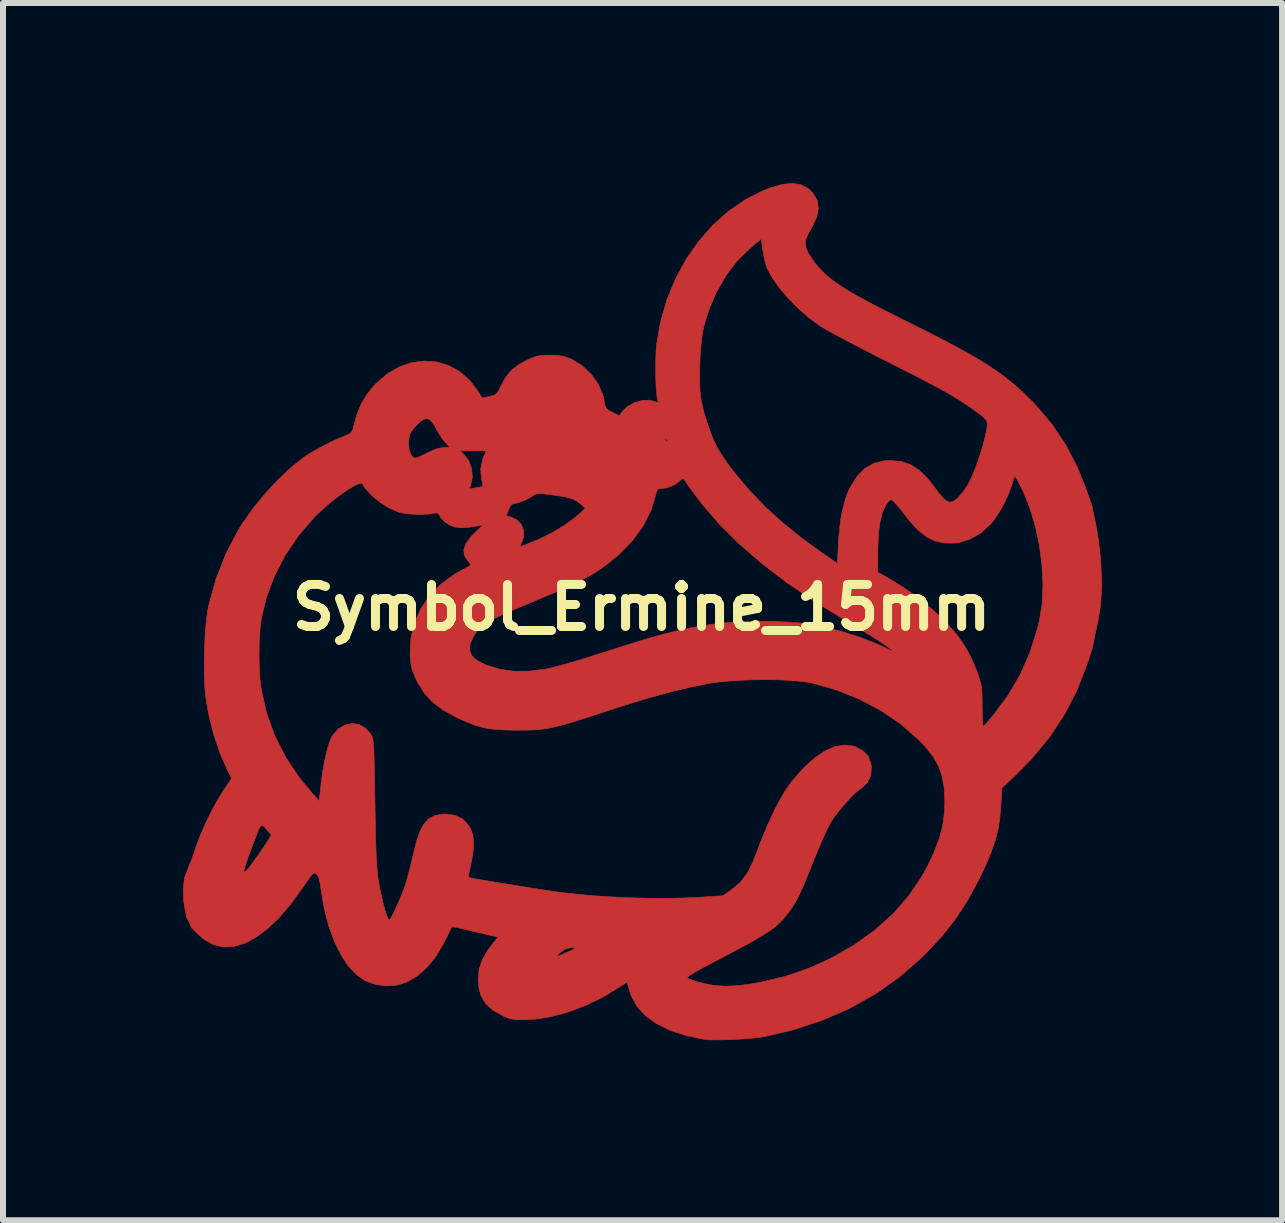
<source format=kicad_pcb>
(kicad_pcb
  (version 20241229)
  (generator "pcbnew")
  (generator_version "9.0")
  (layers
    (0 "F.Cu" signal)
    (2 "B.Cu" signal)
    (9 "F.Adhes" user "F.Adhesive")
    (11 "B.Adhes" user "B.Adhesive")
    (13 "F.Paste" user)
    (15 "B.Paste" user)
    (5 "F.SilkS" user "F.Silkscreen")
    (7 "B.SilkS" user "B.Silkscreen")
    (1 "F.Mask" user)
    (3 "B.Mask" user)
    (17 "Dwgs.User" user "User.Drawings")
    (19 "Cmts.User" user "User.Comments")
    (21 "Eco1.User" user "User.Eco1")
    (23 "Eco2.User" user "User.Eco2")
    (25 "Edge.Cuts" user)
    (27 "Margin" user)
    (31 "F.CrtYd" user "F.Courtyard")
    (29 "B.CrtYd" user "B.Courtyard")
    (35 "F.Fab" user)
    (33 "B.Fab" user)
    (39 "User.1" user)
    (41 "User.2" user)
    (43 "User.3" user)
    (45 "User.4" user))
  (footprint "Symbol_Ermine_15mm"
    (layer "F.Cu")
    (at 7.64 7.073)
    (property "Reference" "Symbol_Ermine_15mm" (at 0 0 0) (layer "F.SilkS") (effects (font (size 0.7 0.7) (thickness 0.15))))
    (attr board_only exclude_from_pos_files exclude_from_bom)
    (fp_poly (pts (xy 2.652 -7.047) (xy 2.771 -6.987) (xy 2.854 -6.908) (xy 2.925 -6.788) (xy 2.947 -6.655) (xy 2.92 -6.507) (xy 2.844 -6.346) (xy 2.836 -6.334) (xy 2.786 -6.245) (xy 2.747 -6.161) (xy 2.729 -6.106) (xy 2.733 -6.012) (xy 2.781 -5.898) (xy 2.874 -5.762) (xy 2.913 -5.713) (xy 2.982 -5.634) (xy 3.055 -5.561) (xy 3.135 -5.49) (xy 3.227 -5.419) (xy 3.336 -5.345) (xy 3.465 -5.265) (xy 3.62 -5.177) (xy 3.805 -5.077) (xy 4.023 -4.964) (xy 4.28 -4.834) (xy 4.496 -4.727) (xy 4.82 -4.565) (xy 5.102 -4.419) (xy 5.348 -4.287) (xy 5.563 -4.166) (xy 5.752 -4.051) (xy 5.919 -3.939) (xy 6.071 -3.828) (xy 6.211 -3.714) (xy 6.346 -3.593) (xy 6.48 -3.462) (xy 6.571 -3.369) (xy 6.841 -3.051) (xy 7.074 -2.702) (xy 7.271 -2.319) (xy 7.413 -1.958) (xy 7.506 -1.689) (xy 7.572 -1.372) (xy 7.615 -1.118) (xy 7.653 -0.765) (xy 7.668 -0.376) (xy 7.65 -0.051) (xy 7.61 0.203) (xy 7.577 0.353) (xy 7.506 0.699) (xy 7.421 0.953) (xy 7.254 1.382) (xy 7.047 1.783) (xy 6.798 2.16) (xy 6.505 2.515) (xy 6.254 2.771) (xy 6.002 3.011) (xy 5.988 3.302) (xy 5.971 3.506) (xy 5.94 3.697) (xy 5.891 3.888) (xy 5.821 4.088) (xy 5.728 4.31) (xy 5.623 4.529) (xy 5.439 4.87) (xy 5.239 5.179) (xy 5.013 5.467) (xy 4.751 5.75) (xy 4.642 5.856) (xy 4.277 6.172) (xy 3.884 6.447) (xy 3.463 6.682) (xy 3.01 6.879) (xy 2.526 7.037) (xy 2.045 7.151) (xy 1.946 7.166) (xy 1.814 7.179) (xy 1.662 7.191) (xy 1.503 7.199) (xy 1.348 7.204) (xy 1.211 7.206) (xy 1.103 7.202) (xy 1.054 7.197) (xy 0.743 7.133) (xy 0.473 7.044) (xy 0.246 6.932) (xy 0.061 6.798) (xy -0.079 6.642) (xy -0.174 6.465) (xy -0.205 6.369) (xy -0.224 6.299) (xy -0.24 6.256) (xy -0.246 6.248) (xy -0.272 6.262) (xy -0.325 6.295) (xy -0.364 6.321) (xy -0.633 6.486) (xy -0.919 6.626) (xy -1.212 6.737) (xy -1.5 6.816) (xy -1.774 6.86) (xy -1.918 6.867) (xy -2.042 6.867) (xy -2.133 6.861) (xy -2.204 6.847) (xy -2.272 6.822) (xy -2.311 6.804) (xy -2.478 6.709) (xy -2.599 6.598) (xy -2.677 6.465) (xy -2.716 6.306) (xy -2.722 6.194) (xy -2.706 6.028) (xy -2.653 5.87) (xy -2.618 5.81) (xy -1.408 5.81) (xy -1.382 5.807) (xy -1.314 5.779) (xy -1.232 5.741) (xy -1.152 5.703) (xy -1.114 5.681) (xy -1.114 5.671) (xy -1.146 5.668) (xy -1.168 5.667) (xy -1.258 5.685) (xy -1.345 5.741) (xy -1.396 5.788) (xy -1.408 5.81) (xy -2.618 5.81) (xy -2.559 5.709) (xy -2.494 5.622) (xy -2.39 5.491) (xy -2.687 5.423) (xy -2.813 5.394) (xy -2.929 5.367) (xy -3.022 5.345) (xy -3.073 5.332) (xy -3.139 5.321) (xy -3.169 5.333) (xy -3.173 5.341) (xy -3.188 5.376) (xy -3.222 5.444) (xy -3.267 5.535) (xy -3.297 5.594) (xy -3.428 5.815) (xy -3.578 5.999) (xy -3.742 6.143) (xy -3.916 6.244) (xy -4.095 6.298) (xy -4.096 6.298) (xy -4.264 6.305) (xy -4.441 6.278) (xy -4.6 6.222) (xy -4.607 6.218) (xy -4.751 6.118) (xy -4.886 5.972) (xy -5.009 5.786) (xy -5.118 5.564) (xy -5.211 5.311) (xy -5.284 5.031) (xy -5.336 4.731) (xy -5.338 4.715) (xy -5.356 4.593) (xy -5.376 4.512) (xy -5.399 4.462) (xy -5.418 4.442) (xy -5.44 4.427) (xy -5.461 4.427) (xy -5.488 4.446) (xy -5.525 4.492) (xy -5.58 4.569) (xy -5.64 4.658) (xy -5.839 4.934) (xy -6.038 5.167) (xy -6.235 5.355) (xy -6.429 5.499) (xy -6.618 5.598) (xy -6.801 5.651) (xy -6.976 5.657) (xy -7.141 5.615) (xy -7.296 5.526) (xy -7.367 5.465) (xy -7.493 5.343) (xy -7.584 5.151) (xy -7.628 4.907) (xy -7.635 4.674) (xy -7.615 4.503) (xy -6.624 4.379) (xy -6.623 4.411) (xy -6.6 4.401) (xy -6.554 4.351) (xy -6.485 4.261) (xy -6.421 4.173) (xy -6.351 4.074) (xy -6.287 3.979) (xy -6.238 3.904) (xy -6.224 3.882) (xy -6.17 3.789) (xy -6.251 3.696) (xy -6.284 3.658) (xy -6.309 3.635) (xy -6.33 3.629) (xy -6.352 3.648) (xy -6.377 3.695) (xy -6.411 3.776) (xy -6.456 3.895) (xy -6.501 4.015) (xy -6.562 4.181) (xy -6.604 4.302) (xy -6.624 4.378) (xy -7.615 4.503) (xy -7.562 4.366) (xy -7.531 4.28) (xy -7.503 4.216) (xy -7.468 4.117) (xy -7.444 4.051) (xy -7.428 4) (xy -7.352 3.796) (xy -7.254 3.572) (xy -7.142 3.348) (xy -7.025 3.143) (xy -6.971 3.058) (xy -6.831 2.847) (xy -6.904 2.7) (xy -7.027 2.418) (xy -7.132 2.105) (xy -7.214 1.78) (xy -7.266 1.466) (xy -7.28 1.304) (xy -7.287 1.11) (xy -7.287 0.897) (xy -7.285 0.773) (xy -6.374 0.773) (xy -6.37 0.992) (xy -6.358 1.195) (xy -6.338 1.359) (xy -6.248 1.759) (xy -6.111 2.139) (xy -5.928 2.499) (xy -5.698 2.841) (xy -5.504 3.075) (xy -5.372 3.222) (xy -5.341 2.945) (xy -5.315 2.747) (xy -5.281 2.56) (xy -5.244 2.393) (xy -5.204 2.255) (xy -5.163 2.156) (xy -5.147 2.129) (xy -5.05 2.021) (xy -4.937 1.956) (xy -4.818 1.933) (xy -4.701 1.952) (xy -4.593 2.015) (xy -4.505 2.12) (xy -4.493 2.142) (xy -4.483 2.171) (xy -4.475 2.212) (xy -4.468 2.268) (xy -4.463 2.346) (xy -4.458 2.449) (xy -4.454 2.583) (xy -4.45 2.753) (xy -4.447 2.964) (xy -4.443 3.22) (xy -4.442 3.251) (xy -4.437 3.547) (xy -4.432 3.798) (xy -4.426 4.006) (xy -4.419 4.178) (xy -4.41 4.318) (xy -4.401 4.43) (xy -4.39 4.519) (xy -4.386 4.547) (xy -4.357 4.705) (xy -4.324 4.855) (xy -4.291 4.988) (xy -4.26 5.095) (xy -4.232 5.171) (xy -4.209 5.206) (xy -4.205 5.207) (xy -4.184 5.185) (xy -4.15 5.125) (xy -4.107 5.038) (xy -4.059 4.934) (xy -4.011 4.821) (xy -3.968 4.711) (xy -3.938 4.627) (xy -3.903 4.51) (xy -3.864 4.364) (xy -3.825 4.209) (xy -3.797 4.089) (xy -3.746 3.882) (xy -3.688 3.721) (xy -3.622 3.602) (xy -3.544 3.519) (xy -3.448 3.468) (xy -3.332 3.445) (xy -3.262 3.442) (xy -3.106 3.463) (xy -2.98 3.525) (xy -2.882 3.629) (xy -2.848 3.689) (xy -2.813 3.787) (xy -2.798 3.898) (xy -2.803 4.033) (xy -2.828 4.201) (xy -2.843 4.274) (xy -2.889 4.496) (xy -2.835 4.509) (xy -2.784 4.519) (xy -2.691 4.535) (xy -2.565 4.556) (xy -2.414 4.581) (xy -2.247 4.608) (xy -2.071 4.637) (xy -1.895 4.665) (xy -1.729 4.691) (xy -1.579 4.714) (xy -1.455 4.732) (xy -1.365 4.745) (xy -1.346 4.748) (xy -1.003 4.786) (xy -0.632 4.815) (xy -0.248 4.835) (xy 0.134 4.846) (xy 0.5 4.846) (xy 0.836 4.836) (xy 0.938 4.83) (xy 1.355 4.803) (xy 1.493 4.708) (xy 1.645 4.58) (xy 1.764 4.426) (xy 1.858 4.235) (xy 1.868 4.209) (xy 1.99 3.892) (xy 2.103 3.621) (xy 2.209 3.391) (xy 2.31 3.196) (xy 2.408 3.032) (xy 2.506 2.895) (xy 2.509 2.892) (xy 2.692 2.683) (xy 2.873 2.517) (xy 3.049 2.395) (xy 3.219 2.32) (xy 3.38 2.291) (xy 3.532 2.31) (xy 3.564 2.321) (xy 3.693 2.389) (xy 3.778 2.479) (xy 3.822 2.597) (xy 3.83 2.652) (xy 3.821 2.794) (xy 3.767 2.912) (xy 3.668 3.007) (xy 3.645 3.022) (xy 3.577 3.076) (xy 3.489 3.162) (xy 3.391 3.268) (xy 3.294 3.384) (xy 3.205 3.5) (xy 3.167 3.556) (xy 3.13 3.621) (xy 3.079 3.724) (xy 3.019 3.857) (xy 2.953 4.01) (xy 2.885 4.173) (xy 2.859 4.238) (xy 2.778 4.44) (xy 2.711 4.602) (xy 2.655 4.731) (xy 2.604 4.835) (xy 2.557 4.922) (xy 2.509 4.999) (xy 2.456 5.073) (xy 2.413 5.128) (xy 2.364 5.188) (xy 2.313 5.242) (xy 2.257 5.295) (xy 2.191 5.348) (xy 2.11 5.405) (xy 2.009 5.468) (xy 1.885 5.541) (xy 1.732 5.626) (xy 1.547 5.725) (xy 1.325 5.843) (xy 1.109 5.956) (xy 0.959 6.036) (xy 0.853 6.097) (xy 0.789 6.139) (xy 0.763 6.166) (xy 0.766 6.176) (xy 0.827 6.204) (xy 0.922 6.234) (xy 1.036 6.264) (xy 1.153 6.288) (xy 1.232 6.3) (xy 1.395 6.31) (xy 1.576 6.303) (xy 1.785 6.279) (xy 1.994 6.243) (xy 2.41 6.143) (xy 2.811 6.003) (xy 3.137 5.854) (xy 3.53 5.632) (xy 3.881 5.383) (xy 4.19 5.106) (xy 4.455 4.802) (xy 4.678 4.47) (xy 4.756 4.328) (xy 4.876 4.077) (xy 4.962 3.849) (xy 5.019 3.632) (xy 5.048 3.415) (xy 5.054 3.248) (xy 5.044 3.016) (xy 5.011 2.817) (xy 4.949 2.641) (xy 4.853 2.475) (xy 4.718 2.308) (xy 4.612 2.197) (xy 4.317 1.94) (xy 3.986 1.715) (xy 3.624 1.524) (xy 3.237 1.37) (xy 2.83 1.256) (xy 2.819 1.254) (xy 2.676 1.231) (xy 2.494 1.215) (xy 2.284 1.205) (xy 2.056 1.202) (xy 1.822 1.205) (xy 1.593 1.215) (xy 1.38 1.231) (xy 1.193 1.253) (xy 1.121 1.265) (xy 0.805 1.329) (xy 0.469 1.41) (xy 0.107 1.51) (xy -0.288 1.63) (xy -0.612 1.735) (xy -0.854 1.815) (xy -1.054 1.879) (xy -1.222 1.931) (xy -1.363 1.97) (xy -1.485 1.999) (xy -1.595 2.02) (xy -1.701 2.033) (xy -1.81 2.04) (xy -1.929 2.044) (xy -2.066 2.044) (xy -2.07 2.044) (xy -2.279 2.041) (xy -2.451 2.03) (xy -2.599 2.009) (xy -2.739 1.973) (xy -2.882 1.921) (xy -3.043 1.85) (xy -3.092 1.826) (xy -3.308 1.707) (xy -3.481 1.576) (xy -3.619 1.426) (xy -3.73 1.248) (xy -3.752 1.204) (xy -3.8 1.096) (xy -3.83 1.007) (xy -3.846 0.916) (xy -3.855 0.8) (xy -3.856 0.776) (xy -3.853 0.708) (xy -2.867 0.708) (xy -2.829 0.801) (xy -2.743 0.882) (xy -2.607 0.952) (xy -2.578 0.963) (xy -2.357 1.029) (xy -2.129 1.062) (xy -1.884 1.061) (xy -1.61 1.028) (xy -1.598 1.026) (xy -1.51 1.007) (xy -1.383 0.974) (xy -1.225 0.931) (xy -1.047 0.879) (xy -0.857 0.82) (xy -0.664 0.759) (xy -0.66 0.758) (xy -0.342 0.656) (xy -0.065 0.569) (xy 0.179 0.497) (xy 0.396 0.437) (xy 0.594 0.388) (xy 0.78 0.347) (xy 0.96 0.314) (xy 1.142 0.285) (xy 1.294 0.265) (xy 1.487 0.247) (xy 1.71 0.235) (xy 1.949 0.23) (xy 2.19 0.232) (xy 2.418 0.241) (xy 2.619 0.256) (xy 2.718 0.267) (xy 3.022 0.322) (xy 3.332 0.399) (xy 3.634 0.494) (xy 3.91 0.601) (xy 4.066 0.674) (xy 4.134 0.707) (xy 4.179 0.726) (xy 4.191 0.727) (xy 4.17 0.706) (xy 4.113 0.664) (xy 4.027 0.604) (xy 3.919 0.533) (xy 3.795 0.454) (xy 3.664 0.372) (xy 3.532 0.291) (xy 3.407 0.218) (xy 3.404 0.216) (xy 2.896 -0.093) (xy 2.428 -0.411) (xy 2.195 -0.589) (xy 3.937 -0.589) (xy 4.083 -0.507) (xy 4.36 -0.338) (xy 4.623 -0.151) (xy 4.864 0.048) (xy 5.078 0.252) (xy 5.257 0.455) (xy 5.393 0.652) (xy 5.394 0.652) (xy 5.462 0.779) (xy 5.532 0.926) (xy 5.589 1.063) (xy 5.596 1.084) (xy 5.629 1.181) (xy 5.652 1.261) (xy 5.666 1.339) (xy 5.673 1.429) (xy 5.676 1.546) (xy 5.676 1.645) (xy 5.678 1.769) (xy 5.681 1.872) (xy 5.686 1.946) (xy 5.691 1.98) (xy 5.693 1.981) (xy 5.714 1.963) (xy 5.76 1.914) (xy 5.822 1.842) (xy 5.86 1.797) (xy 6.108 1.463) (xy 6.312 1.114) (xy 6.475 0.741) (xy 6.601 0.339) (xy 6.631 0.214) (xy 6.675 -0.066) (xy 6.689 -0.376) (xy 6.673 -0.702) (xy 6.63 -1.035) (xy 6.56 -1.363) (xy 6.465 -1.675) (xy 6.359 -1.934) (xy 6.309 -2.035) (xy 6.267 -2.117) (xy 6.237 -2.17) (xy 6.224 -2.184) (xy 6.209 -2.162) (xy 6.188 -2.105) (xy 6.176 -2.064) (xy 6.125 -1.915) (xy 6.05 -1.75) (xy 5.96 -1.589) (xy 5.866 -1.45) (xy 5.821 -1.395) (xy 5.658 -1.246) (xy 5.477 -1.141) (xy 5.285 -1.082) (xy 5.205 -1.073) (xy 5.038 -1.075) (xy 4.886 -1.11) (xy 4.743 -1.182) (xy 4.604 -1.294) (xy 4.462 -1.449) (xy 4.388 -1.544) (xy 4.313 -1.64) (xy 4.246 -1.72) (xy 4.194 -1.775) (xy 4.164 -1.798) (xy 4.126 -1.781) (xy 4.082 -1.726) (xy 4.07 -1.707) (xy 4.013 -1.579) (xy 3.973 -1.423) (xy 3.948 -1.232) (xy 3.938 -1.001) (xy 3.937 -0.936) (xy 3.937 -0.589) (xy 2.195 -0.589) (xy 2.002 -0.737) (xy 1.619 -1.069) (xy 1.282 -1.405) (xy 0.993 -1.744) (xy 0.933 -1.823) (xy 0.857 -1.925) (xy 0.791 -2.016) (xy 0.742 -2.085) (xy 0.717 -2.123) (xy 0.716 -2.125) (xy 0.695 -2.149) (xy 0.669 -2.14) (xy 0.636 -2.109) (xy 0.542 -2.041) (xy 0.426 -1.995) (xy 0.333 -1.981) (xy 0.279 -1.974) (xy 0.252 -1.94) (xy 0.242 -1.899) (xy 0.161 -1.627) (xy 0.032 -1.368) (xy -0.146 -1.121) (xy -0.372 -0.888) (xy -0.585 -0.713) (xy -0.686 -0.641) (xy -0.792 -0.572) (xy -0.909 -0.505) (xy -1.044 -0.435) (xy -1.204 -0.359) (xy -1.395 -0.273) (xy -1.625 -0.175) (xy -1.727 -0.132) (xy -1.961 -0.034) (xy -2.152 0.048) (xy -2.307 0.115) (xy -2.43 0.172) (xy -2.525 0.22) (xy -2.599 0.263) (xy -2.655 0.304) (xy -2.699 0.345) (xy -2.737 0.389) (xy -2.771 0.439) (xy -2.798 0.481) (xy -2.856 0.602) (xy -2.867 0.708) (xy -3.853 0.708) (xy -3.843 0.51) (xy -3.782 0.256) (xy -3.677 0.018) (xy -3.528 -0.199) (xy -3.34 -0.392) (xy -3.115 -0.556) (xy -2.985 -0.628) (xy -2.903 -0.669) (xy -2.86 -0.696) (xy -2.849 -0.717) (xy -2.864 -0.742) (xy -2.888 -0.768) (xy -2.949 -0.861) (xy -2.962 -0.958) (xy -2.929 -1.061) (xy -2.847 -1.175) (xy -2.778 -1.246) (xy -2.637 -1.379) (xy -2.722 -1.362) (xy -2.883 -1.335) (xy -3.009 -1.328) (xy -3.112 -1.342) (xy -3.2 -1.376) (xy -3.285 -1.433) (xy -3.345 -1.498) (xy -3.353 -1.512) (xy -3.363 -1.527) (xy -2.255 -1.527) (xy -2.188 -1.512) (xy -2.08 -1.464) (xy -2.004 -1.384) (xy -1.964 -1.282) (xy -1.967 -1.169) (xy -1.996 -1.089) (xy -2.021 -1.037) (xy -2.018 -1.02) (xy -1.986 -1.027) (xy -1.977 -1.03) (xy -1.928 -1.048) (xy -1.846 -1.081) (xy -1.746 -1.123) (xy -1.695 -1.145) (xy -1.494 -1.243) (xy -1.299 -1.36) (xy -1.125 -1.485) (xy -1.033 -1.564) (xy -0.935 -1.656) (xy -1.02 -1.729) (xy -1.08 -1.774) (xy -1.148 -1.809) (xy -1.233 -1.835) (xy -1.347 -1.857) (xy -1.5 -1.878) (xy -1.514 -1.88) (xy -1.624 -1.893) (xy -1.697 -1.897) (xy -1.748 -1.893) (xy -1.788 -1.877) (xy -1.833 -1.849) (xy -1.841 -1.843) (xy -1.93 -1.793) (xy -2.031 -1.753) (xy -2.12 -1.73) (xy -2.149 -1.727) (xy -2.174 -1.706) (xy -2.205 -1.652) (xy -2.216 -1.627) (xy -2.255 -1.527) (xy -3.363 -1.527) (xy -3.386 -1.564) (xy -3.423 -1.578) (xy -3.455 -1.572) (xy -3.549 -1.557) (xy -3.674 -1.552) (xy -3.81 -1.555) (xy -3.939 -1.567) (xy -4.04 -1.587) (xy -4.053 -1.591) (xy -4.205 -1.658) (xy -4.355 -1.752) (xy -4.491 -1.863) (xy -4.599 -1.98) (xy -4.641 -2.044) (xy -4.659 -2.068) (xy -4.685 -2.072) (xy -4.734 -2.053) (xy -4.778 -2.032) (xy -4.902 -1.959) (xy -5.046 -1.857) (xy -5.199 -1.737) (xy -5.347 -1.608) (xy -5.45 -1.507) (xy -5.713 -1.202) (xy -5.937 -0.873) (xy -6.117 -0.525) (xy -6.253 -0.162) (xy -6.336 0.188) (xy -6.357 0.355) (xy -6.37 0.555) (xy -6.374 0.773) (xy -7.285 0.773) (xy -7.282 0.675) (xy -7.272 0.458) (xy -7.256 0.258) (xy -7.235 0.086) (xy -7.216 -0.021) (xy -7.092 -0.471) (xy -6.927 -0.893) (xy -6.72 -1.287) (xy -6.644 -1.41) (xy -6.469 -1.657) (xy -6.267 -1.902) (xy -6.051 -2.134) (xy -5.83 -2.341) (xy -5.619 -2.509) (xy -5.523 -2.571) (xy -5.395 -2.644) (xy -5.251 -2.719) (xy -5.126 -2.78) (xy -3.882 -2.78) (xy -3.88 -2.679) (xy -3.861 -2.589) (xy -3.827 -2.522) (xy -3.78 -2.49) (xy -3.769 -2.489) (xy -3.731 -2.501) (xy -3.662 -2.53) (xy -3.577 -2.573) (xy -3.567 -2.578) (xy -3.495 -2.61) (xy -3.024 -2.61) (xy -2.958 -2.55) (xy -2.879 -2.445) (xy -2.832 -2.314) (xy -2.819 -2.174) (xy -2.845 -2.044) (xy -2.871 -1.977) (xy -2.762 -1.995) (xy -2.695 -2.007) (xy -2.653 -2.017) (xy -2.647 -2.019) (xy -2.648 -2.045) (xy -2.658 -2.105) (xy -2.667 -2.145) (xy -2.68 -2.309) (xy -2.649 -2.465) (xy -2.626 -2.52) (xy -2.601 -2.573) (xy -2.591 -2.603) (xy -2.614 -2.609) (xy -2.677 -2.613) (xy -2.767 -2.614) (xy -2.807 -2.614) (xy -3.024 -2.61) (xy -3.495 -2.61) (xy -3.426 -2.641) (xy -3.312 -2.666) (xy -3.295 -2.667) (xy -3.19 -2.667) (xy -3.269 -2.75) (xy -3.319 -2.812) (xy 0.385 -2.812) (xy 0.391 -2.798) (xy 0.417 -2.771) (xy 0.432 -2.776) (xy 0.432 -2.78) (xy 0.414 -2.801) (xy 0.402 -2.809) (xy 0.385 -2.812) (xy -3.319 -2.812) (xy -3.33 -2.826) (xy -3.388 -2.917) (xy -3.404 -2.946) (xy -3.464 -3.056) (xy -3.518 -3.121) (xy -3.569 -3.148) (xy -3.585 -3.15) (xy -3.64 -3.13) (xy -3.708 -3.079) (xy -3.777 -3.01) (xy -3.834 -2.936) (xy -3.862 -2.878) (xy -3.882 -2.78) (xy -5.126 -2.78) (xy -5.107 -2.789) (xy -4.978 -2.845) (xy -4.946 -2.857) (xy -4.866 -2.894) (xy -4.824 -2.935) (xy -4.81 -2.969) (xy -4.75 -3.194) (xy -4.676 -3.382) (xy -4.581 -3.544) (xy -4.459 -3.695) (xy -4.42 -3.736) (xy -4.234 -3.895) (xy -4.035 -4.01) (xy -3.828 -4.081) (xy -3.619 -4.108) (xy -3.413 -4.092) (xy -3.215 -4.033) (xy -3.032 -3.932) (xy -2.867 -3.789) (xy -2.745 -3.631) (xy -2.653 -3.49) (xy -2.532 -3.517) (xy -2.462 -3.535) (xy -2.418 -3.562) (xy -2.383 -3.61) (xy -2.349 -3.68) (xy -2.267 -3.831) (xy -2.175 -3.946) (xy -2.06 -4.039) (xy -1.936 -4.108) (xy -1.835 -4.156) (xy -1.756 -4.184) (xy -1.68 -4.199) (xy -1.584 -4.203) (xy -1.525 -4.203) (xy -1.404 -4.2) (xy -1.312 -4.188) (xy -1.232 -4.164) (xy -1.164 -4.136) (xy -0.992 -4.031) (xy -0.844 -3.894) (xy -0.727 -3.731) (xy -0.648 -3.555) (xy -0.62 -3.43) (xy -0.607 -3.356) (xy -0.582 -3.311) (xy -0.533 -3.276) (xy -0.487 -3.253) (xy -0.371 -3.196) (xy -0.323 -3.262) (xy -0.237 -3.346) (xy -0.124 -3.41) (xy 0.000384 -3.447) (xy 0.122 -3.456) (xy 0.227 -3.43) (xy 0.234 -3.426) (xy 0.271 -3.41) (xy 0.277 -3.429) (xy 0.269 -3.458) (xy 0.255 -3.534) (xy 0.245 -3.648) (xy 0.238 -3.789) (xy 0.238 -3.799) (xy 0.967 -3.799) (xy 0.973 -3.626) (xy 0.987 -3.487) (xy 0.99 -3.47) (xy 1.034 -3.274) (xy 1.097 -3.064) (xy 1.171 -2.86) (xy 1.251 -2.683) (xy 1.26 -2.666) (xy 1.312 -2.578) (xy 1.387 -2.465) (xy 1.475 -2.343) (xy 1.563 -2.228) (xy 1.809 -1.939) (xy 2.068 -1.67) (xy 2.351 -1.413) (xy 2.665 -1.16) (xy 2.985 -0.927) (xy 3.264 -0.732) (xy 3.28 -1.058) (xy 3.29 -1.202) (xy 3.304 -1.347) (xy 3.32 -1.476) (xy 3.336 -1.562) (xy 3.368 -1.699) (xy 3.396 -1.8) (xy 3.422 -1.881) (xy 3.454 -1.954) (xy 3.48 -2.007) (xy 3.591 -2.185) (xy 3.721 -2.316) (xy 3.873 -2.402) (xy 4.049 -2.445) (xy 4.153 -2.45) (xy 4.329 -2.432) (xy 4.487 -2.378) (xy 4.634 -2.282) (xy 4.774 -2.143) (xy 4.87 -2.019) (xy 4.962 -1.897) (xy 5.035 -1.815) (xy 5.093 -1.769) (xy 5.141 -1.753) (xy 5.145 -1.753) (xy 5.205 -1.774) (xy 5.277 -1.833) (xy 5.355 -1.922) (xy 5.429 -2.03) (xy 5.459 -2.083) (xy 5.515 -2.202) (xy 5.575 -2.355) (xy 5.634 -2.525) (xy 5.687 -2.696) (xy 5.728 -2.852) (xy 5.744 -2.928) (xy 5.756 -2.998) (xy 5.762 -3.051) (xy 5.756 -3.095) (xy 5.733 -3.136) (xy 5.688 -3.182) (xy 5.615 -3.238) (xy 5.511 -3.312) (xy 5.397 -3.391) (xy 5.297 -3.458) (xy 5.173 -3.533) (xy 5.021 -3.619) (xy 4.838 -3.718) (xy 4.62 -3.832) (xy 4.362 -3.964) (xy 4.153 -4.069) (xy 3.938 -4.178) (xy 3.729 -4.285) (xy 3.532 -4.387) (xy 3.354 -4.481) (xy 3.201 -4.563) (xy 3.078 -4.631) (xy 2.993 -4.681) (xy 2.972 -4.695) (xy 2.79 -4.828) (xy 2.611 -4.985) (xy 2.443 -5.155) (xy 2.295 -5.33) (xy 2.175 -5.5) (xy 2.092 -5.656) (xy 2.09 -5.659) (xy 2.067 -5.732) (xy 2.043 -5.833) (xy 2.023 -5.943) (xy 2.022 -5.948) (xy 1.994 -6.143) (xy 1.791 -5.972) (xy 1.589 -5.773) (xy 1.407 -5.532) (xy 1.25 -5.259) (xy 1.122 -4.961) (xy 1.037 -4.686) (xy 1.012 -4.553) (xy 0.991 -4.383) (xy 0.977 -4.192) (xy 0.969 -3.993) (xy 0.967 -3.799) (xy 0.238 -3.799) (xy 0.235 -3.944) (xy 0.236 -4.101) (xy 0.241 -4.248) (xy 0.25 -4.374) (xy 0.252 -4.385) (xy 0.318 -4.765) (xy 0.424 -5.131) (xy 0.567 -5.478) (xy 0.744 -5.804) (xy 0.953 -6.103) (xy 1.189 -6.371) (xy 1.451 -6.605) (xy 1.735 -6.8) (xy 2.038 -6.952) (xy 2.144 -6.992) (xy 2.341 -7.049) (xy 2.51 -7.068) (xy 2.652 -7.047)) (stroke (width 0.01) (type solid)) (fill yes) (layer "F.Cu"))
    (fp_poly (pts (xy -2.4 -1.889) (xy -2.344 -1.848) (xy -2.316 -1.779) (xy -2.311 -1.721) (xy -2.328 -1.653) (xy -2.382 -1.597) (xy -2.476 -1.55) (xy -2.615 -1.51) (xy -2.67 -1.498) (xy -2.833 -1.467) (xy -2.956 -1.452) (xy -3.049 -1.453) (xy -3.119 -1.468) (xy -3.147 -1.48) (xy -3.222 -1.538) (xy -3.248 -1.611) (xy -3.243 -1.655) (xy -3.218 -1.704) (xy -3.165 -1.747) (xy -3.078 -1.787) (xy -2.953 -1.826) (xy -2.787 -1.866) (xy -2.618 -1.898) (xy -2.49 -1.906) (xy -2.4 -1.889)) (stroke (width 0.01) (type solid)) (fill yes) (layer "F.Mask"))
    (fp_poly (pts (xy -2.197 -1.377) (xy -2.136 -1.33) (xy -2.093 -1.271) (xy -2.083 -1.233) (xy -2.097 -1.17) (xy -2.141 -1.108) (xy -2.222 -1.042) (xy -2.344 -0.967) (xy -2.407 -0.933) (xy -2.543 -0.866) (xy -2.645 -0.827) (xy -2.718 -0.815) (xy -2.77 -0.829) (xy -2.789 -0.843) (xy -2.811 -0.889) (xy -2.819 -0.954) (xy -2.811 -1.008) (xy -2.779 -1.063) (xy -2.717 -1.13) (xy -2.692 -1.154) (xy -2.603 -1.227) (xy -2.5 -1.295) (xy -2.397 -1.351) (xy -2.308 -1.387) (xy -2.258 -1.397) (xy -2.197 -1.377)) (stroke (width 0.01) (type solid)) (fill yes) (layer "F.Mask"))
    (fp_poly (pts (xy 2.618 -6.836) (xy 2.688 -6.779) (xy 2.728 -6.7) (xy 2.729 -6.609) (xy 2.711 -6.561) (xy 2.68 -6.501) (xy 2.634 -6.416) (xy 2.592 -6.337) (xy 2.546 -6.245) (xy 2.523 -6.173) (xy 2.517 -6.098) (xy 2.52 -6.042) (xy 2.552 -5.892) (xy 2.629 -5.736) (xy 2.752 -5.571) (xy 2.857 -5.459) (xy 2.948 -5.373) (xy 3.048 -5.289) (xy 3.162 -5.205) (xy 3.294 -5.118) (xy 3.45 -5.025) (xy 3.634 -4.923) (xy 3.852 -4.809) (xy 4.108 -4.679) (xy 4.288 -4.59) (xy 4.583 -4.445) (xy 4.835 -4.318) (xy 5.051 -4.207) (xy 5.233 -4.111) (xy 5.387 -4.025) (xy 5.518 -3.949) (xy 5.628 -3.88) (xy 5.722 -3.817) (xy 6.081 -3.539) (xy 6.393 -3.246) (xy 6.66 -2.935) (xy 6.883 -2.604) (xy 7.066 -2.25) (xy 7.115 -2.133) (xy 7.197 -1.91) (xy 7.265 -1.68) (xy 7.323 -1.43) (xy 7.374 -1.148) (xy 7.393 -1.026) (xy 7.433 -0.645) (xy 7.437 -0.278) (xy 7.405 0.087) (xy 7.335 0.46) (xy 7.226 0.851) (xy 7.21 0.9) (xy 7.066 1.271) (xy 6.881 1.637) (xy 6.661 1.986) (xy 6.412 2.311) (xy 6.14 2.602) (xy 5.985 2.743) (xy 5.791 2.907) (xy 5.791 3.114) (xy 5.775 3.383) (xy 5.727 3.656) (xy 5.644 3.939) (xy 5.523 4.24) (xy 5.42 4.458) (xy 5.186 4.867) (xy 4.912 5.247) (xy 4.601 5.597) (xy 4.255 5.913) (xy 3.879 6.194) (xy 3.473 6.436) (xy 3.043 6.639) (xy 2.589 6.8) (xy 2.172 6.905) (xy 2.054 6.927) (xy 1.917 6.948) (xy 1.772 6.969) (xy 1.63 6.986) (xy 1.504 6.999) (xy 1.405 7.007) (xy 1.35 7.007) (xy 1.305 7.003) (xy 1.226 6.994) (xy 1.129 6.983) (xy 1.119 6.982) (xy 0.925 6.951) (xy 0.73 6.904) (xy 0.552 6.846) (xy 0.429 6.793) (xy 0.267 6.69) (xy 0.135 6.564) (xy 0.04 6.421) (xy -0.015 6.27) (xy -0.025 6.171) (xy -0.004 6.036) (xy 0.055 5.892) (xy 0.145 5.752) (xy 0.258 5.63) (xy 0.262 5.627) (xy 0.329 5.566) (xy 0.361 5.532) (xy 0.363 5.516) (xy 0.337 5.512) (xy 0.327 5.512) (xy 0.27 5.528) (xy 0.214 5.581) (xy 0.192 5.611) (xy 0.117 5.702) (xy 0.011 5.803) (xy -0.13 5.915) (xy -0.312 6.045) (xy -0.375 6.087) (xy -0.655 6.259) (xy -0.94 6.402) (xy -1.222 6.516) (xy -1.495 6.597) (xy -1.751 6.642) (xy -1.983 6.65) (xy -1.985 6.65) (xy -2.17 6.623) (xy -2.315 6.565) (xy -2.421 6.475) (xy -2.487 6.355) (xy -2.509 6.247) (xy -2.501 6.095) (xy -2.497 6.083) (xy -2.031 6.083) (xy -2.024 6.109) (xy -2.007 6.122) (xy -1.939 6.142) (xy -1.837 6.147) (xy -1.713 6.136) (xy -1.581 6.111) (xy -1.478 6.082) (xy -1.302 6.016) (xy -1.102 5.927) (xy -0.891 5.822) (xy -0.686 5.71) (xy -0.559 5.634) (xy -0.343 5.499) (xy -1.305 5.438) (xy -1.491 5.58) (xy -1.647 5.703) (xy -1.783 5.816) (xy -1.893 5.913) (xy -1.97 5.991) (xy -2.007 6.037) (xy -2.031 6.083) (xy -2.497 6.083) (xy -2.449 5.935) (xy -2.351 5.764) (xy -2.206 5.581) (xy -2.14 5.508) (xy -2.072 5.434) (xy -2.037 5.389) (xy -2.031 5.363) (xy -2.048 5.351) (xy -2.049 5.35) (xy -2.083 5.342) (xy -2.157 5.324) (xy -2.264 5.299) (xy -2.394 5.269) (xy -2.539 5.235) (xy -2.691 5.2) (xy -2.841 5.165) (xy -2.98 5.133) (xy -3.1 5.106) (xy -3.192 5.085) (xy -3.248 5.073) (xy -3.258 5.071) (xy -3.276 5.091) (xy -3.308 5.148) (xy -3.349 5.231) (xy -3.374 5.284) (xy -3.501 5.535) (xy -3.638 5.741) (xy -3.785 5.901) (xy -3.938 6.014) (xy -4.098 6.079) (xy -4.229 6.095) (xy -4.394 6.07) (xy -4.546 5.997) (xy -4.684 5.875) (xy -4.808 5.705) (xy -4.877 5.577) (xy -4.948 5.415) (xy -5.007 5.245) (xy -5.057 5.057) (xy -5.101 4.837) (xy -5.129 4.664) (xy -5.149 4.542) (xy -5.166 4.44) (xy -5.179 4.367) (xy -5.186 4.333) (xy -5.187 4.331) (xy -5.271 4.272) (xy -5.358 4.216) (xy -5.438 4.17) (xy -5.5 4.139) (xy -5.533 4.13) (xy -5.535 4.131) (xy -5.555 4.159) (xy -5.597 4.222) (xy -5.656 4.309) (xy -5.726 4.414) (xy -5.746 4.445) (xy -5.92 4.692) (xy -6.098 4.912) (xy -6.274 5.1) (xy -6.444 5.25) (xy -6.603 5.358) (xy -6.629 5.372) (xy -6.789 5.431) (xy -6.941 5.443) (xy -7.08 5.41) (xy -7.199 5.333) (xy -7.293 5.215) (xy -7.352 5.077) (xy -7.375 4.986) (xy -7.387 4.902) (xy -7.387 4.838) (xy -6.908 4.838) (xy -6.906 4.912) (xy -6.896 4.95) (xy -6.891 4.953) (xy -6.855 4.939) (xy -6.8 4.904) (xy -6.792 4.898) (xy -6.632 4.761) (xy -6.463 4.588) (xy -6.349 4.453) (xy -6.283 4.365) (xy -6.208 4.261) (xy -6.132 4.149) (xy -6.059 4.038) (xy -5.996 3.936) (xy -5.948 3.853) (xy -5.922 3.798) (xy -5.918 3.784) (xy -5.934 3.754) (xy -5.975 3.696) (xy -6.035 3.619) (xy -6.107 3.531) (xy -6.185 3.44) (xy -6.259 3.355) (xy -6.325 3.283) (xy -6.375 3.233) (xy -6.401 3.214) (xy -6.402 3.214) (xy -6.418 3.241) (xy -6.449 3.308) (xy -6.49 3.406) (xy -6.54 3.528) (xy -6.594 3.664) (xy -6.65 3.808) (xy -6.705 3.95) (xy -6.754 4.083) (xy -6.796 4.198) (xy -6.826 4.288) (xy -6.832 4.305) (xy -6.855 4.398) (xy -6.875 4.508) (xy -6.891 4.626) (xy -6.902 4.739) (xy -6.908 4.838) (xy -7.387 4.838) (xy -7.387 4.812) (xy -7.374 4.702) (xy -7.349 4.561) (xy -7.339 4.512) (xy -7.238 4.115) (xy -7.101 3.737) (xy -6.932 3.387) (xy -6.739 3.081) (xy -6.68 2.996) (xy -6.634 2.926) (xy -6.607 2.882) (xy -6.604 2.872) (xy -6.614 2.842) (xy -6.641 2.776) (xy -6.68 2.687) (xy -6.708 2.626) (xy -6.827 2.35) (xy -6.919 2.089) (xy -6.987 1.83) (xy -7.034 1.561) (xy -7.061 1.271) (xy -7.072 0.947) (xy -7.072 0.907) (xy -6.599 0.907) (xy -6.562 1.325) (xy -6.479 1.744) (xy -6.401 2.01) (xy -6.317 2.244) (xy -6.227 2.45) (xy -6.122 2.648) (xy -5.991 2.858) (xy -5.967 2.894) (xy -5.898 2.99) (xy -5.807 3.102) (xy -5.704 3.223) (xy -5.594 3.345) (xy -5.486 3.459) (xy -5.386 3.558) (xy -5.303 3.633) (xy -5.243 3.678) (xy -5.239 3.68) (xy -5.21 3.693) (xy -5.193 3.69) (xy -5.185 3.661) (xy -5.182 3.597) (xy -5.182 3.511) (xy -5.176 3.34) (xy -5.16 3.147) (xy -5.136 2.947) (xy -5.105 2.749) (xy -5.07 2.568) (xy -5.031 2.413) (xy -4.994 2.301) (xy -4.941 2.215) (xy -4.874 2.162) (xy -4.803 2.144) (xy -4.739 2.164) (xy -4.698 2.212) (xy -4.69 2.251) (xy -4.683 2.339) (xy -4.677 2.472) (xy -4.672 2.647) (xy -4.668 2.862) (xy -4.664 3.114) (xy -4.663 3.22) (xy -4.661 3.499) (xy -4.657 3.736) (xy -4.652 3.935) (xy -4.644 4.106) (xy -4.635 4.256) (xy -4.622 4.391) (xy -4.606 4.519) (xy -4.585 4.647) (xy -4.56 4.783) (xy -4.544 4.863) (xy -4.506 5.019) (xy -4.456 5.173) (xy -4.399 5.313) (xy -4.341 5.429) (xy -4.284 5.509) (xy -4.271 5.522) (xy -4.239 5.548) (xy -4.213 5.552) (xy -4.18 5.529) (xy -4.127 5.474) (xy -4.116 5.462) (xy -4.018 5.332) (xy -3.921 5.157) (xy -3.826 4.944) (xy -3.738 4.697) (xy -3.657 4.424) (xy -3.593 4.16) (xy -3.553 3.988) (xy -3.517 3.86) (xy -3.481 3.77) (xy -3.439 3.71) (xy -3.388 3.676) (xy -3.324 3.661) (xy -3.257 3.658) (xy -3.15 3.681) (xy -3.066 3.745) (xy -3.016 3.841) (xy -3.01 3.864) (xy -3.009 3.932) (xy -3.021 4.042) (xy -3.046 4.19) (xy -3.07 4.305) (xy -3.096 4.433) (xy -3.116 4.544) (xy -3.13 4.627) (xy -3.134 4.674) (xy -3.133 4.68) (xy -3.101 4.695) (xy -3.063 4.699) (xy -3.023 4.703) (xy -2.94 4.715) (xy -2.821 4.732) (xy -2.675 4.756) (xy -2.507 4.783) (xy -2.334 4.811) (xy -1.971 4.871) (xy -1.648 4.921) (xy -1.357 4.961) (xy -1.09 4.993) (xy -0.837 5.017) (xy -0.589 5.035) (xy -0.337 5.046) (xy -0.073 5.051) (xy 0.212 5.052) (xy 0.527 5.049) (xy 0.533 5.049) (xy 0.77 5.045) (xy 0.961 5.041) (xy 1.115 5.036) (xy 1.237 5.028) (xy 1.333 5.016) (xy 1.409 4.999) (xy 1.473 4.977) (xy 1.53 4.947) (xy 1.586 4.91) (xy 1.649 4.863) (xy 1.669 4.847) (xy 1.755 4.776) (xy 1.829 4.698) (xy 1.897 4.608) (xy 1.963 4.497) (xy 2.031 4.359) (xy 2.107 4.184) (xy 2.169 4.032) (xy 2.234 3.871) (xy 2.302 3.711) (xy 2.366 3.563) (xy 2.422 3.441) (xy 2.461 3.361) (xy 2.567 3.183) (xy 2.696 3.008) (xy 2.84 2.844) (xy 2.988 2.702) (xy 3.132 2.593) (xy 3.2 2.553) (xy 3.306 2.515) (xy 3.407 2.508) (xy 3.497 2.526) (xy 3.568 2.565) (xy 3.614 2.62) (xy 3.629 2.685) (xy 3.606 2.756) (xy 3.551 2.816) (xy 3.433 2.922) (xy 3.303 3.053) (xy 3.175 3.194) (xy 3.064 3.33) (xy 3 3.418) (xy 2.931 3.535) (xy 2.85 3.701) (xy 2.757 3.914) (xy 2.669 4.129) (xy 2.583 4.345) (xy 2.51 4.52) (xy 2.447 4.66) (xy 2.39 4.773) (xy 2.336 4.866) (xy 2.28 4.945) (xy 2.22 5.017) (xy 2.158 5.081) (xy 2.095 5.14) (xy 2.02 5.199) (xy 1.93 5.262) (xy 1.819 5.331) (xy 1.681 5.41) (xy 1.512 5.501) (xy 1.306 5.609) (xy 1.092 5.718) (xy 0.897 5.82) (xy 0.745 5.905) (xy 0.632 5.978) (xy 0.554 6.042) (xy 0.506 6.099) (xy 0.485 6.152) (xy 0.483 6.175) (xy 0.494 6.232) (xy 0.537 6.281) (xy 0.58 6.312) (xy 0.767 6.409) (xy 0.99 6.477) (xy 1.242 6.515) (xy 1.514 6.522) (xy 1.8 6.497) (xy 1.854 6.488) (xy 2.34 6.385) (xy 2.803 6.237) (xy 3.242 6.045) (xy 3.656 5.809) (xy 4.044 5.53) (xy 4.124 5.464) (xy 4.37 5.232) (xy 4.596 4.972) (xy 4.796 4.69) (xy 4.967 4.395) (xy 5.103 4.094) (xy 5.201 3.795) (xy 5.256 3.506) (xy 5.258 3.488) (xy 5.269 3.289) (xy 5.263 3.084) (xy 5.242 2.887) (xy 5.207 2.715) (xy 5.181 2.634) (xy 5.082 2.432) (xy 4.937 2.228) (xy 4.752 2.027) (xy 4.532 1.832) (xy 4.283 1.649) (xy 4.008 1.48) (xy 3.714 1.33) (xy 3.406 1.203) (xy 3.305 1.167) (xy 3.054 1.091) (xy 2.814 1.037) (xy 2.568 1) (xy 2.296 0.978) (xy 2.197 0.973) (xy 1.92 0.97) (xy 1.638 0.983) (xy 1.344 1.014) (xy 1.034 1.063) (xy 0.702 1.132) (xy 0.343 1.221) (xy -0.048 1.332) (xy -0.476 1.465) (xy -0.648 1.522) (xy -0.896 1.603) (xy -1.103 1.669) (xy -1.277 1.722) (xy -1.424 1.762) (xy -1.552 1.792) (xy -1.667 1.813) (xy -1.776 1.826) (xy -1.888 1.833) (xy -2.008 1.836) (xy -2.083 1.836) (xy -2.317 1.829) (xy -2.517 1.805) (xy -2.699 1.761) (xy -2.877 1.694) (xy -3.024 1.623) (xy -3.242 1.49) (xy -3.413 1.34) (xy -3.537 1.173) (xy -3.616 0.987) (xy -3.648 0.813) (xy -3.643 0.596) (xy -3.595 0.375) (xy -3.506 0.161) (xy -3.381 -0.035) (xy -3.289 -0.141) (xy -3.177 -0.245) (xy -3.05 -0.339) (xy -2.903 -0.428) (xy -2.727 -0.515) (xy -2.516 -0.604) (xy -2.263 -0.697) (xy -2.223 -0.712) (xy -1.914 -0.824) (xy -1.649 -0.931) (xy -1.422 -1.035) (xy -1.226 -1.14) (xy -1.054 -1.25) (xy -0.901 -1.367) (xy -0.778 -1.478) (xy -0.597 -1.653) (xy -0.686 -1.729) (xy -0.82 -1.84) (xy -0.93 -1.924) (xy -1.029 -1.985) (xy -1.129 -2.029) (xy -1.241 -2.059) (xy -1.379 -2.082) (xy -1.552 -2.102) (xy -1.587 -2.106) (xy -1.816 -2.129) (xy -1.896 -2.052) (xy -1.998 -1.985) (xy -2.114 -1.958) (xy -2.23 -1.968) (xy -2.334 -2.015) (xy -2.415 -2.097) (xy -2.421 -2.107) (xy -2.461 -2.22) (xy -2.458 -2.337) (xy -2.419 -2.447) (xy -2.349 -2.542) (xy -2.254 -2.61) (xy -2.14 -2.641) (xy -2.118 -2.642) (xy -2.037 -2.633) (xy -1.956 -2.612) (xy -1.89 -2.583) (xy -1.855 -2.553) (xy -1.853 -2.546) (xy -1.839 -2.513) (xy -1.817 -2.48) (xy -1.793 -2.461) (xy -1.751 -2.443) (xy -1.681 -2.427) (xy -1.578 -2.411) (xy -1.433 -2.392) (xy -1.391 -2.387) (xy -1 -2.34) (xy -0.556 -2.452) (xy -0.615 -2.508) (xy -0.668 -2.547) (xy -0.751 -2.594) (xy -0.839 -2.638) (xy -1.025 -2.715) (xy -1.209 -2.775) (xy -1.397 -2.818) (xy -1.599 -2.847) (xy -1.822 -2.861) (xy -2.077 -2.861) (xy -2.37 -2.85) (xy -2.447 -2.846) (xy -2.642 -2.835) (xy -2.794 -2.828) (xy -2.909 -2.828) (xy -2.994 -2.836) (xy -3.056 -2.855) (xy -3.104 -2.885) (xy -3.142 -2.931) (xy -3.18 -2.992) (xy -3.214 -3.056) (xy -3.304 -3.203) (xy -3.393 -3.303) (xy -3.485 -3.357) (xy -3.584 -3.368) (xy -3.697 -3.338) (xy -3.742 -3.318) (xy -3.886 -3.221) (xy -3.993 -3.09) (xy -4.061 -2.93) (xy -4.089 -2.744) (xy -4.089 -2.713) (xy -4.073 -2.548) (xy -4.025 -2.422) (xy -3.948 -2.336) (xy -3.844 -2.293) (xy -3.716 -2.293) (xy -3.567 -2.337) (xy -3.487 -2.375) (xy -3.381 -2.428) (xy -3.304 -2.455) (xy -3.242 -2.459) (xy -3.182 -2.441) (xy -3.152 -2.427) (xy -3.075 -2.362) (xy -3.036 -2.271) (xy -3.037 -2.167) (xy -3.08 -2.058) (xy -3.089 -2.044) (xy -3.155 -1.973) (xy -3.255 -1.899) (xy -3.375 -1.831) (xy -3.5 -1.779) (xy -3.553 -1.764) (xy -3.752 -1.738) (xy -3.946 -1.76) (xy -4.129 -1.826) (xy -4.293 -1.933) (xy -4.432 -2.078) (xy -4.525 -2.227) (xy -4.59 -2.357) (xy -4.761 -2.285) (xy -4.976 -2.174) (xy -5.199 -2.021) (xy -5.423 -1.833) (xy -5.641 -1.616) (xy -5.847 -1.378) (xy -6.033 -1.123) (xy -6.092 -1.032) (xy -6.284 -0.677) (xy -6.431 -0.302) (xy -6.533 0.09) (xy -6.589 0.494) (xy -6.599 0.907) (xy -7.072 0.907) (xy -7.073 0.864) (xy -7.07 0.626) (xy -7.063 0.427) (xy -7.048 0.253) (xy -7.024 0.092) (xy -6.99 -0.069) (xy -6.944 -0.243) (xy -6.93 -0.292) (xy -6.806 -0.645) (xy -6.644 -0.988) (xy -6.45 -1.315) (xy -6.227 -1.622) (xy -5.979 -1.904) (xy -5.712 -2.155) (xy -5.43 -2.37) (xy -5.138 -2.544) (xy -4.851 -2.668) (xy -4.765 -2.7) (xy -4.696 -2.729) (xy -4.661 -2.748) (xy -4.645 -2.783) (xy -4.625 -2.853) (xy -4.608 -2.942) (xy -4.545 -3.168) (xy -4.439 -3.378) (xy -4.295 -3.564) (xy -4.119 -3.717) (xy -4.008 -3.787) (xy -3.931 -3.827) (xy -3.868 -3.852) (xy -3.804 -3.866) (xy -3.722 -3.872) (xy -3.607 -3.873) (xy -3.594 -3.873) (xy -3.472 -3.872) (xy -3.385 -3.866) (xy -3.319 -3.852) (xy -3.258 -3.829) (xy -3.213 -3.806) (xy -3.043 -3.687) (xy -2.907 -3.532) (xy -2.832 -3.398) (xy -2.794 -3.319) (xy -2.764 -3.277) (xy -2.735 -3.263) (xy -2.697 -3.266) (xy -2.639 -3.277) (xy -2.548 -3.292) (xy -2.446 -3.309) (xy -2.439 -3.31) (xy -2.25 -3.341) (xy -2.245 -3.366) (xy -1.825 -3.366) (xy -1.796 -3.358) (xy -1.729 -3.347) (xy -1.639 -3.335) (xy -1.537 -3.323) (xy -1.436 -3.313) (xy -1.351 -3.307) (xy -1.324 -3.305) (xy -1.267 -3.306) (xy -1.249 -3.324) (xy -1.255 -3.371) (xy -1.255 -3.372) (xy -1.295 -3.454) (xy -1.365 -3.525) (xy -1.448 -3.571) (xy -1.502 -3.581) (xy -1.603 -3.564) (xy -1.703 -3.519) (xy -1.78 -3.458) (xy -1.796 -3.437) (xy -1.821 -3.39) (xy -1.825 -3.366) (xy -2.245 -3.366) (xy -2.23 -3.436) (xy -2.17 -3.607) (xy -2.07 -3.752) (xy -1.936 -3.866) (xy -1.775 -3.946) (xy -1.593 -3.984) (xy -1.523 -3.988) (xy -1.346 -3.964) (xy -1.183 -3.898) (xy -1.042 -3.795) (xy -0.929 -3.663) (xy -0.851 -3.509) (xy -0.815 -3.337) (xy -0.813 -3.289) (xy -0.809 -3.241) (xy -0.791 -3.201) (xy -0.753 -3.162) (xy -0.687 -3.116) (xy -0.585 -3.058) (xy -0.527 -3.026) (xy -0.33 -2.92) (xy -0.248 -3.015) (xy -0.148 -3.125) (xy -0.069 -3.197) (xy -0.003 -3.237) (xy 0.057 -3.251) (xy 0.064 -3.251) (xy 0.163 -3.233) (xy 0.227 -3.179) (xy 0.254 -3.093) (xy 0.254 -3.078) (xy 0.247 -3.008) (xy 0.222 -2.943) (xy 0.173 -2.87) (xy 0.094 -2.778) (xy 0.056 -2.739) (xy -0.013 -2.658) (xy -0.042 -2.602) (xy -0.041 -2.577) (xy -0.009 -2.546) (xy 0.032 -2.549) (xy 0.087 -2.559) (xy 0.172 -2.57) (xy 0.254 -2.58) (xy 0.348 -2.587) (xy 0.409 -2.583) (xy 0.454 -2.565) (xy 0.489 -2.541) (xy 0.546 -2.468) (xy 0.557 -2.384) (xy 0.522 -2.301) (xy 0.5 -2.275) (xy 0.432 -2.231) (xy 0.326 -2.197) (xy 0.261 -2.184) (xy 0.082 -2.152) (xy 0.065 -2.023) (xy 0.013 -1.799) (xy -0.083 -1.581) (xy -0.226 -1.366) (xy -0.416 -1.149) (xy -0.494 -1.074) (xy -0.572 -1.001) (xy -0.647 -0.936) (xy -0.722 -0.877) (xy -0.803 -0.819) (xy -0.893 -0.763) (xy -0.998 -0.704) (xy -1.122 -0.64) (xy -1.27 -0.57) (xy -1.446 -0.49) (xy -1.654 -0.399) (xy -1.9 -0.293) (xy -2.187 -0.171) (xy -2.233 -0.151) (xy -2.401 -0.079) (xy -2.53 -0.02) (xy -2.628 0.031) (xy -2.705 0.077) (xy -2.768 0.124) (xy -2.809 0.159) (xy -2.946 0.309) (xy -3.032 0.465) (xy -3.069 0.627) (xy -3.069 0.709) (xy -3.044 0.843) (xy -2.987 0.95) (xy -2.892 1.04) (xy -2.762 1.116) (xy -2.62 1.179) (xy -2.488 1.223) (xy -2.351 1.251) (xy -2.196 1.264) (xy -2.012 1.265) (xy -1.905 1.262) (xy -1.785 1.257) (xy -1.679 1.25) (xy -1.58 1.239) (xy -1.481 1.224) (xy -1.376 1.202) (xy -1.257 1.172) (xy -1.118 1.132) (xy -0.952 1.081) (xy -0.752 1.017) (xy -0.512 0.938) (xy -0.483 0.928) (xy -0.122 0.812) (xy 0.201 0.715) (xy 0.491 0.635) (xy 0.758 0.572) (xy 1.008 0.522) (xy 1.249 0.485) (xy 1.489 0.46) (xy 1.734 0.444) (xy 1.816 0.44) (xy 2.292 0.443) (xy 2.743 0.486) (xy 3.177 0.573) (xy 3.599 0.704) (xy 3.982 0.865) (xy 4.147 0.949) (xy 4.33 1.053) (xy 4.515 1.168) (xy 4.687 1.282) (xy 4.828 1.388) (xy 4.836 1.394) (xy 4.894 1.438) (xy 4.935 1.463) (xy 4.944 1.465) (xy 4.942 1.438) (xy 4.926 1.38) (xy 4.916 1.348) (xy 4.844 1.175) (xy 4.752 1.013) (xy 4.636 0.858) (xy 4.492 0.705) (xy 4.316 0.553) (xy 4.104 0.396) (xy 3.852 0.231) (xy 3.557 0.054) (xy 3.531 0.039) (xy 3.097 -0.221) (xy 2.706 -0.476) (xy 2.352 -0.733) (xy 2.05 -0.978) (xy 3.725 -0.978) (xy 3.726 -0.834) (xy 3.729 -0.705) (xy 3.733 -0.599) (xy 3.738 -0.529) (xy 3.741 -0.508) (xy 3.782 -0.446) (xy 3.872 -0.385) (xy 3.879 -0.381) (xy 4.092 -0.258) (xy 4.317 -0.108) (xy 4.539 0.057) (xy 4.74 0.225) (xy 4.864 0.342) (xy 5.037 0.529) (xy 5.174 0.708) (xy 5.283 0.896) (xy 5.375 1.105) (xy 5.402 1.181) (xy 5.432 1.27) (xy 5.452 1.348) (xy 5.465 1.427) (xy 5.471 1.523) (xy 5.474 1.648) (xy 5.474 1.727) (xy 5.475 1.866) (xy 5.478 1.966) (xy 5.484 2.037) (xy 5.497 2.092) (xy 5.516 2.14) (xy 5.545 2.194) (xy 5.55 2.203) (xy 5.595 2.274) (xy 5.635 2.323) (xy 5.656 2.337) (xy 5.684 2.319) (xy 5.738 2.271) (xy 5.81 2.2) (xy 5.882 2.122) (xy 6.161 1.787) (xy 6.393 1.439) (xy 6.582 1.073) (xy 6.73 0.682) (xy 6.84 0.261) (xy 6.871 0.099) (xy 6.901 -0.168) (xy 6.906 -0.466) (xy 6.886 -0.782) (xy 6.843 -1.106) (xy 6.778 -1.424) (xy 6.693 -1.725) (xy 6.676 -1.777) (xy 6.629 -1.898) (xy 6.57 -2.03) (xy 6.504 -2.165) (xy 6.434 -2.296) (xy 6.365 -2.417) (xy 6.301 -2.52) (xy 6.245 -2.597) (xy 6.201 -2.643) (xy 6.174 -2.651) (xy 6.173 -2.65) (xy 6.158 -2.616) (xy 6.135 -2.548) (xy 6.112 -2.466) (xy 6.044 -2.248) (xy 5.959 -2.036) (xy 5.864 -1.84) (xy 5.762 -1.669) (xy 5.658 -1.533) (xy 5.589 -1.465) (xy 5.428 -1.354) (xy 5.267 -1.293) (xy 5.107 -1.283) (xy 5.029 -1.296) (xy 4.878 -1.353) (xy 4.743 -1.452) (xy 4.617 -1.597) (xy 4.594 -1.631) (xy 4.469 -1.801) (xy 4.359 -1.924) (xy 4.264 -1.998) (xy 4.204 -2.021) (xy 4.098 -2.017) (xy 4.001 -1.965) (xy 3.913 -1.863) (xy 3.835 -1.712) (xy 3.779 -1.558) (xy 3.758 -1.481) (xy 3.743 -1.404) (xy 3.733 -1.316) (xy 3.727 -1.205) (xy 3.725 -1.06) (xy 3.725 -0.978) (xy 2.05 -0.978) (xy 2.028 -0.995) (xy 1.727 -1.269) (xy 1.636 -1.358) (xy 1.346 -1.664) (xy 1.102 -1.959) (xy 0.901 -2.249) (xy 0.738 -2.538) (xy 0.613 -2.832) (xy 0.521 -3.135) (xy 0.501 -3.223) (xy 0.474 -3.391) (xy 0.456 -3.594) (xy 0.447 -3.818) (xy 0.447 -4.049) (xy 0.457 -4.271) (xy 0.476 -4.47) (xy 0.49 -4.562) (xy 0.578 -4.922) (xy 0.708 -5.271) (xy 0.874 -5.601) (xy 1.075 -5.907) (xy 1.304 -6.181) (xy 1.557 -6.413) (xy 1.732 -6.541) (xy 1.918 -6.653) (xy 2.104 -6.745) (xy 2.281 -6.812) (xy 2.438 -6.851) (xy 2.525 -6.858) (xy 2.618 -6.836)) (stroke (width 0.01) (type solid)) (fill yes) (layer "F.Mask")))
  (gr_rect
    (start -3 -3)
    (end 18.314 17.283)
    (stroke (width 0.1) (type default))
    (fill no)
    (layer "Edge.Cuts")))
</source>
